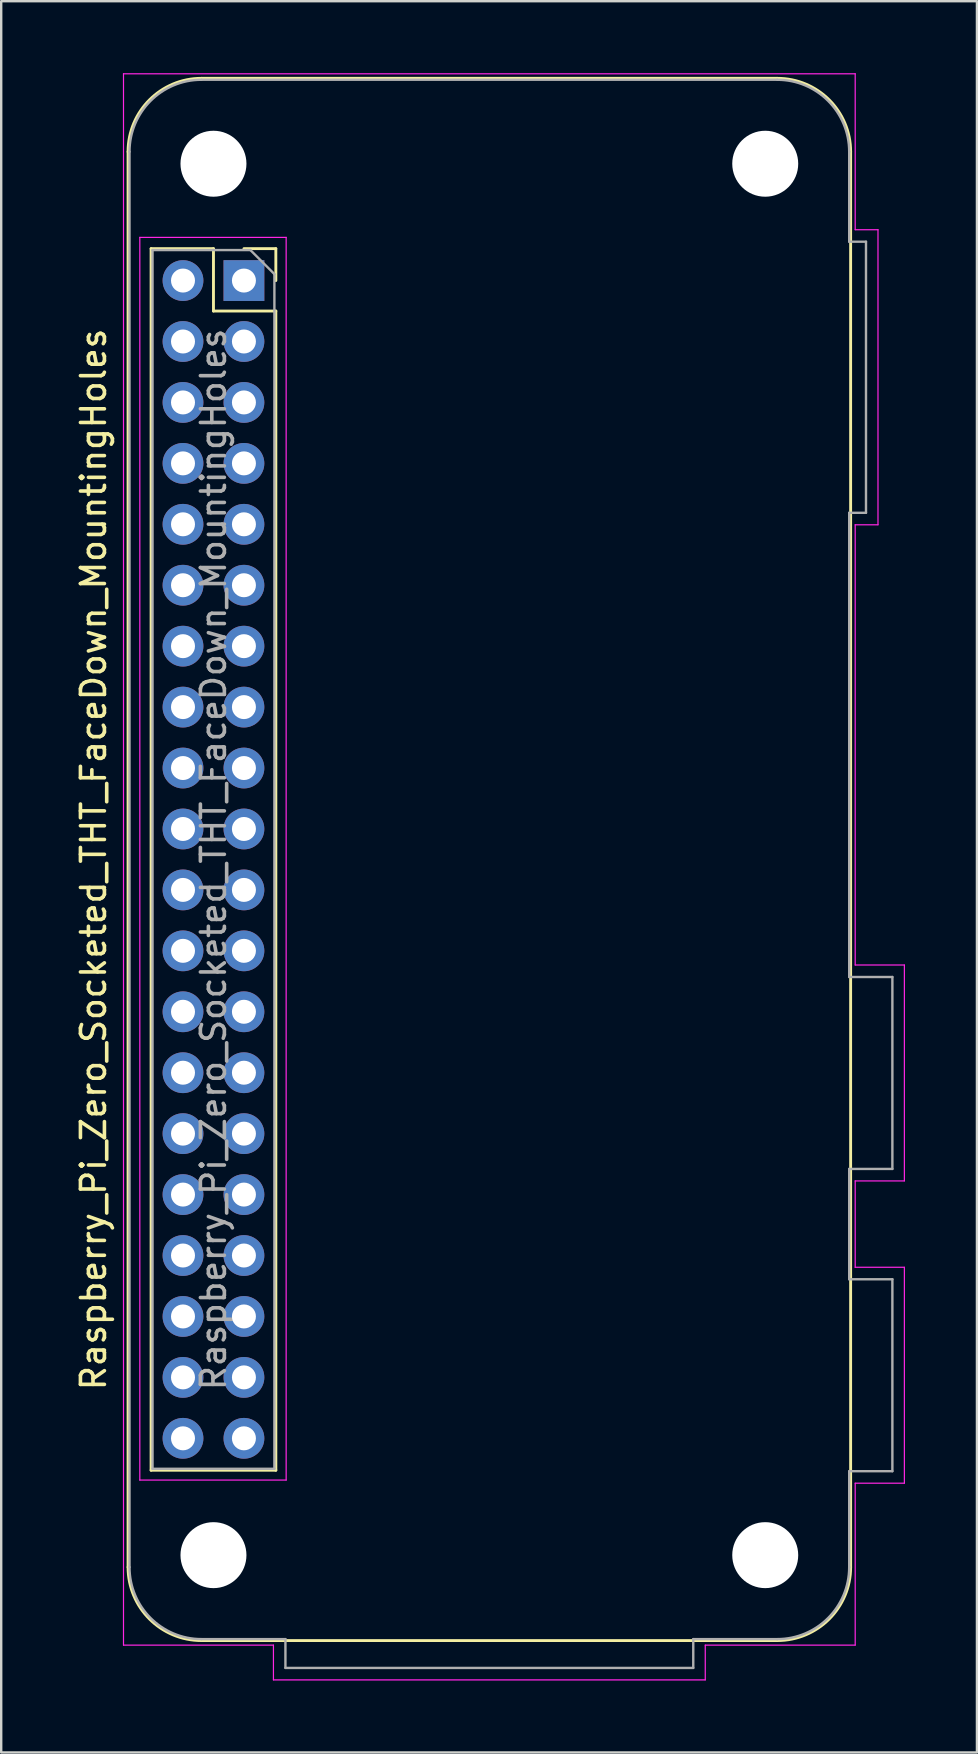
<source format=kicad_pcb>
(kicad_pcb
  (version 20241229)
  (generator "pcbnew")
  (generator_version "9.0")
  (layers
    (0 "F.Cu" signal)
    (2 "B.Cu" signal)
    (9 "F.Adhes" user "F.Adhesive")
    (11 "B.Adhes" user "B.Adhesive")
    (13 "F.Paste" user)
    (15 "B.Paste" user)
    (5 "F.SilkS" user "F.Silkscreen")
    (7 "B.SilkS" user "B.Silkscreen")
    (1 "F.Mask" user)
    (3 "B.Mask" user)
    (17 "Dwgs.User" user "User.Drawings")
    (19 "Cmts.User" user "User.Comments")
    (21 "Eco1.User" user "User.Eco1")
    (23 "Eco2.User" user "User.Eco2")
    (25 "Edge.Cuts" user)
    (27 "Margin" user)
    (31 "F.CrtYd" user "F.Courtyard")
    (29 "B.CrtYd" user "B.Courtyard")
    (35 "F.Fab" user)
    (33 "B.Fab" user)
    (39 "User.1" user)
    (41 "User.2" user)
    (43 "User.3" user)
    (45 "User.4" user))
  (footprint "Raspberry_Pi_Zero_Socketed_THT_FaceDown_MountingHoles"
    (layer "F.Cu")
    (at 18.548 32.775)
    (property "Reference" "Raspberry_Pi_Zero_Socketed_THT_FaceDown_MountingHoles" (at -17.7 0 90) (layer "F.SilkS") (effects (font (size 1 1) (thickness 0.15))))
    (attr through_hole)
    (fp_line (start -16.26 29.5) (end -16.26 -29.5) (stroke (width 0.12) (type solid)) (layer "F.SilkS"))
    (fp_line (start -15.3 -25.46) (end -15.3 25.46) (stroke (width 0.12) (type solid)) (layer "F.SilkS"))
    (fp_line (start -15.3 -25.46) (end -12.7 -25.46) (stroke (width 0.12) (type solid)) (layer "F.SilkS"))
    (fp_line (start -15.3 25.46) (end -10.1 25.46) (stroke (width 0.12) (type solid)) (layer "F.SilkS"))
    (fp_line (start -13.2 -32.56) (end 10.8 -32.56) (stroke (width 0.12) (type solid)) (layer "F.SilkS"))
    (fp_line (start -12.7 -25.46) (end -12.7 -22.86) (stroke (width 0.12) (type solid)) (layer "F.SilkS"))
    (fp_line (start -12.7 -22.86) (end -10.1 -22.86) (stroke (width 0.12) (type solid)) (layer "F.SilkS"))
    (fp_line (start -11.43 -25.46) (end -10.1 -25.46) (stroke (width 0.12) (type solid)) (layer "F.SilkS"))
    (fp_line (start -10.1 -25.46) (end -10.1 -24.13) (stroke (width 0.12) (type solid)) (layer "F.SilkS"))
    (fp_line (start -10.1 -22.86) (end -10.1 25.46) (stroke (width 0.12) (type solid)) (layer "F.SilkS"))
    (fp_line (start 10.8 32.56) (end -13.2 32.56) (stroke (width 0.12) (type solid)) (layer "F.SilkS"))
    (fp_line (start 13.86 29.5) (end 13.86 -29.5) (stroke (width 0.12) (type solid)) (layer "F.SilkS"))
    (fp_arc (start -16.26 -29.5) (mid -15.363747 -31.663747) (end -13.2 -32.56) (stroke (width 0.12) (type solid)) (layer "F.SilkS"))
    (fp_arc (start -13.2 32.56) (mid -15.363747 31.663747) (end -16.26 29.5) (stroke (width 0.12) (type solid)) (layer "F.SilkS"))
    (fp_arc (start 10.8 -32.56) (mid 12.963747 -31.663747) (end 13.86 -29.5) (stroke (width 0.12) (type solid)) (layer "F.SilkS"))
    (fp_arc (start 13.86 29.5) (mid 12.963747 31.663747) (end 10.8 32.56) (stroke (width 0.12) (type solid)) (layer "F.SilkS"))
    (fp_line (start -16.45 -32.75) (end 14.05 -32.75) (stroke (width 0.05) (type solid)) (layer "F.CrtYd"))
    (fp_line (start -16.45 32.75) (end -16.45 -32.75) (stroke (width 0.05) (type solid)) (layer "F.CrtYd"))
    (fp_line (start -16.45 32.75) (end -10.2 32.75) (stroke (width 0.05) (type solid)) (layer "F.CrtYd"))
    (fp_line (start -15.77 -25.93) (end -9.67 -25.93) (stroke (width 0.05) (type solid)) (layer "F.CrtYd"))
    (fp_line (start -15.77 25.87) (end -15.77 -25.93) (stroke (width 0.05) (type solid)) (layer "F.CrtYd"))
    (fp_line (start -10.2 34.2) (end -10.2 32.75) (stroke (width 0.05) (type solid)) (layer "F.CrtYd"))
    (fp_line (start -9.67 -25.93) (end -9.67 25.87) (stroke (width 0.05) (type solid)) (layer "F.CrtYd"))
    (fp_line (start -9.67 25.87) (end -15.77 25.87) (stroke (width 0.05) (type solid)) (layer "F.CrtYd"))
    (fp_line (start 7.8 32.75) (end 14.05 32.75) (stroke (width 0.05) (type solid)) (layer "F.CrtYd"))
    (fp_line (start 7.8 34.2) (end -10.2 34.2) (stroke (width 0.05) (type solid)) (layer "F.CrtYd"))
    (fp_line (start 7.8 34.2) (end 7.8 32.75) (stroke (width 0.05) (type solid)) (layer "F.CrtYd"))
    (fp_line (start 14.05 -26.25) (end 14.05 -32.75) (stroke (width 0.05) (type solid)) (layer "F.CrtYd"))
    (fp_line (start 14.05 4.4) (end 14.05 -13.95) (stroke (width 0.05) (type solid)) (layer "F.CrtYd"))
    (fp_line (start 14.05 13.4) (end 14.05 17) (stroke (width 0.05) (type solid)) (layer "F.CrtYd"))
    (fp_line (start 14.05 26) (end 14.05 32.75) (stroke (width 0.05) (type solid)) (layer "F.CrtYd"))
    (fp_line (start 15 -26.25) (end 14.05 -26.25) (stroke (width 0.05) (type solid)) (layer "F.CrtYd"))
    (fp_line (start 15 -26.25) (end 15 -13.95) (stroke (width 0.05) (type solid)) (layer "F.CrtYd"))
    (fp_line (start 15 -13.95) (end 14.05 -13.95) (stroke (width 0.05) (type solid)) (layer "F.CrtYd"))
    (fp_line (start 16.1 4.4) (end 14.05 4.4) (stroke (width 0.05) (type solid)) (layer "F.CrtYd"))
    (fp_line (start 16.1 13.4) (end 14.05 13.4) (stroke (width 0.05) (type solid)) (layer "F.CrtYd"))
    (fp_line (start 16.1 13.4) (end 16.1 4.4) (stroke (width 0.05) (type solid)) (layer "F.CrtYd"))
    (fp_line (start 16.1 17) (end 14.05 17) (stroke (width 0.05) (type solid)) (layer "F.CrtYd"))
    (fp_line (start 16.1 26) (end 14.05 26) (stroke (width 0.05) (type solid)) (layer "F.CrtYd"))
    (fp_line (start 16.1 26) (end 16.1 17) (stroke (width 0.05) (type solid)) (layer "F.CrtYd"))
    (fp_line (start -16.2 29.5) (end -16.2 -29.5) (stroke (width 0.1) (type solid)) (layer "F.Fab"))
    (fp_line (start -15.24 -25.4) (end -11.16 -25.4) (stroke (width 0.1) (type solid)) (layer "F.Fab"))
    (fp_line (start -15.24 25.4) (end -15.24 -25.4) (stroke (width 0.1) (type solid)) (layer "F.Fab"))
    (fp_line (start -13.2 -32.5) (end 10.8 -32.5) (stroke (width 0.1) (type solid)) (layer "F.Fab"))
    (fp_line (start -13.2 32.5) (end -9.7 32.5) (stroke (width 0.1) (type solid)) (layer "F.Fab"))
    (fp_line (start -11.16 -25.4) (end -10.16 -24.4) (stroke (width 0.1) (type solid)) (layer "F.Fab"))
    (fp_line (start -10.16 -24.4) (end -10.16 25.4) (stroke (width 0.1) (type solid)) (layer "F.Fab"))
    (fp_line (start -10.16 25.4) (end -15.24 25.4) (stroke (width 0.1) (type solid)) (layer "F.Fab"))
    (fp_line (start -9.7 32.5) (end -9.7 33.7) (stroke (width 0.1) (type solid)) (layer "F.Fab"))
    (fp_line (start -9.7 33.7) (end 7.3 33.7) (stroke (width 0.1) (type solid)) (layer "F.Fab"))
    (fp_line (start 7.3 32.5) (end 7.3 33.7) (stroke (width 0.1) (type solid)) (layer "F.Fab"))
    (fp_line (start 10.8 32.5) (end 7.3 32.5) (stroke (width 0.1) (type solid)) (layer "F.Fab"))
    (fp_line (start 13.8 -25.75) (end 13.8 -29.5) (stroke (width 0.1) (type solid)) (layer "F.Fab"))
    (fp_line (start 13.8 -25.75) (end 14.5 -25.75) (stroke (width 0.1) (type solid)) (layer "F.Fab"))
    (fp_line (start 13.8 -14.45) (end 14.5 -14.45) (stroke (width 0.1) (type solid)) (layer "F.Fab"))
    (fp_line (start 13.8 4.9) (end 13.8 -14.45) (stroke (width 0.1) (type solid)) (layer "F.Fab"))
    (fp_line (start 13.8 12.9) (end 15.6 12.9) (stroke (width 0.1) (type solid)) (layer "F.Fab"))
    (fp_line (start 13.8 17.5) (end 13.8 12.9) (stroke (width 0.1) (type solid)) (layer "F.Fab"))
    (fp_line (start 13.8 25.5) (end 13.8 29.5) (stroke (width 0.1) (type solid)) (layer "F.Fab"))
    (fp_line (start 13.8 25.5) (end 15.6 25.5) (stroke (width 0.1) (type solid)) (layer "F.Fab"))
    (fp_line (start 14.5 -14.45) (end 14.5 -25.75) (stroke (width 0.1) (type solid)) (layer "F.Fab"))
    (fp_line (start 15.6 4.9) (end 13.8 4.9) (stroke (width 0.1) (type solid)) (layer "F.Fab"))
    (fp_line (start 15.6 12.9) (end 15.6 4.9) (stroke (width 0.1) (type solid)) (layer "F.Fab"))
    (fp_line (start 15.6 17.5) (end 13.8 17.5) (stroke (width 0.1) (type solid)) (layer "F.Fab"))
    (fp_line (start 15.6 25.5) (end 15.6 17.5) (stroke (width 0.1) (type solid)) (layer "F.Fab"))
    (fp_arc (start -16.2 -29.5) (mid -15.32132 -31.62132) (end -13.2 -32.5) (stroke (width 0.1) (type solid)) (layer "F.Fab"))
    (fp_arc (start -13.2 32.5) (mid -15.32132 31.62132) (end -16.2 29.5) (stroke (width 0.1) (type solid)) (layer "F.Fab"))
    (fp_arc (start 10.8 -32.5) (mid 12.92132 -31.62132) (end 13.8 -29.5) (stroke (width 0.1) (type solid)) (layer "F.Fab"))
    (fp_arc (start 13.8 29.5) (mid 12.92132 31.62132) (end 10.8 32.5) (stroke (width 0.1) (type solid)) (layer "F.Fab"))
    (fp_text user "${REFERENCE}" (at -12.7 0 90) (layer "F.Fab") (effects (font (size 1 1) (thickness 0.15))))
    (pad "" np_thru_hole circle (at -12.7 -29 90) (size 2.75 2.75) (drill 2.75) (layers "*.Cu" "*.Mask"))
    (pad "" np_thru_hole circle (at -12.7 29 90) (size 2.75 2.75) (drill 2.75) (layers "*.Cu" "*.Mask"))
    (pad "" np_thru_hole circle (at 10.3 -29 90) (size 2.75 2.75) (drill 2.75) (layers "*.Cu" "*.Mask"))
    (pad "" np_thru_hole circle (at 10.3 29 90) (size 2.75 2.75) (drill 2.75) (layers "*.Cu" "*.Mask"))
    (pad "1" thru_hole rect (at -11.43 -24.13) (size 1.7 1.7) (drill 1) (layers "*.Cu" "*.Mask"))
    (pad "2" thru_hole oval (at -13.97 -24.13) (size 1.7 1.7) (drill 1) (layers "*.Cu" "*.Mask"))
    (pad "3" thru_hole oval (at -11.43 -21.59) (size 1.7 1.7) (drill 1) (layers "*.Cu" "*.Mask"))
    (pad "4" thru_hole oval (at -13.97 -21.59) (size 1.7 1.7) (drill 1) (layers "*.Cu" "*.Mask"))
    (pad "5" thru_hole oval (at -11.43 -19.05) (size 1.7 1.7) (drill 1) (layers "*.Cu" "*.Mask"))
    (pad "6" thru_hole oval (at -13.97 -19.05) (size 1.7 1.7) (drill 1) (layers "*.Cu" "*.Mask"))
    (pad "7" thru_hole oval (at -11.43 -16.51) (size 1.7 1.7) (drill 1) (layers "*.Cu" "*.Mask"))
    (pad "8" thru_hole oval (at -13.97 -16.51) (size 1.7 1.7) (drill 1) (layers "*.Cu" "*.Mask"))
    (pad "9" thru_hole oval (at -11.43 -13.97) (size 1.7 1.7) (drill 1) (layers "*.Cu" "*.Mask"))
    (pad "10" thru_hole oval (at -13.97 -13.97) (size 1.7 1.7) (drill 1) (layers "*.Cu" "*.Mask"))
    (pad "11" thru_hole oval (at -11.43 -11.43) (size 1.7 1.7) (drill 1) (layers "*.Cu" "*.Mask"))
    (pad "12" thru_hole oval (at -13.97 -11.43) (size 1.7 1.7) (drill 1) (layers "*.Cu" "*.Mask"))
    (pad "13" thru_hole oval (at -11.43 -8.89) (size 1.7 1.7) (drill 1) (layers "*.Cu" "*.Mask"))
    (pad "14" thru_hole oval (at -13.97 -8.89) (size 1.7 1.7) (drill 1) (layers "*.Cu" "*.Mask"))
    (pad "15" thru_hole oval (at -11.43 -6.35) (size 1.7 1.7) (drill 1) (layers "*.Cu" "*.Mask"))
    (pad "16" thru_hole oval (at -13.97 -6.35) (size 1.7 1.7) (drill 1) (layers "*.Cu" "*.Mask"))
    (pad "17" thru_hole oval (at -11.43 -3.81) (size 1.7 1.7) (drill 1) (layers "*.Cu" "*.Mask"))
    (pad "18" thru_hole oval (at -13.97 -3.81) (size 1.7 1.7) (drill 1) (layers "*.Cu" "*.Mask"))
    (pad "19" thru_hole oval (at -11.43 -1.27) (size 1.7 1.7) (drill 1) (layers "*.Cu" "*.Mask"))
    (pad "20" thru_hole oval (at -13.97 -1.27) (size 1.7 1.7) (drill 1) (layers "*.Cu" "*.Mask"))
    (pad "21" thru_hole oval (at -11.43 1.27) (size 1.7 1.7) (drill 1) (layers "*.Cu" "*.Mask"))
    (pad "22" thru_hole oval (at -13.97 1.27) (size 1.7 1.7) (drill 1) (layers "*.Cu" "*.Mask"))
    (pad "23" thru_hole oval (at -11.43 3.81) (size 1.7 1.7) (drill 1) (layers "*.Cu" "*.Mask"))
    (pad "24" thru_hole oval (at -13.97 3.81) (size 1.7 1.7) (drill 1) (layers "*.Cu" "*.Mask"))
    (pad "25" thru_hole oval (at -11.43 6.35) (size 1.7 1.7) (drill 1) (layers "*.Cu" "*.Mask"))
    (pad "26" thru_hole oval (at -13.97 6.35) (size 1.7 1.7) (drill 1) (layers "*.Cu" "*.Mask"))
    (pad "27" thru_hole oval (at -11.43 8.89) (size 1.7 1.7) (drill 1) (layers "*.Cu" "*.Mask"))
    (pad "28" thru_hole oval (at -13.97 8.89) (size 1.7 1.7) (drill 1) (layers "*.Cu" "*.Mask"))
    (pad "29" thru_hole oval (at -11.43 11.43) (size 1.7 1.7) (drill 1) (layers "*.Cu" "*.Mask"))
    (pad "30" thru_hole oval (at -13.97 11.43) (size 1.7 1.7) (drill 1) (layers "*.Cu" "*.Mask"))
    (pad "31" thru_hole oval (at -11.43 13.97) (size 1.7 1.7) (drill 1) (layers "*.Cu" "*.Mask"))
    (pad "32" thru_hole oval (at -13.97 13.97) (size 1.7 1.7) (drill 1) (layers "*.Cu" "*.Mask"))
    (pad "33" thru_hole oval (at -11.43 16.51) (size 1.7 1.7) (drill 1) (layers "*.Cu" "*.Mask"))
    (pad "34" thru_hole oval (at -13.97 16.51) (size 1.7 1.7) (drill 1) (layers "*.Cu" "*.Mask"))
    (pad "35" thru_hole oval (at -11.43 19.05) (size 1.7 1.7) (drill 1) (layers "*.Cu" "*.Mask"))
    (pad "36" thru_hole oval (at -13.97 19.05) (size 1.7 1.7) (drill 1) (layers "*.Cu" "*.Mask"))
    (pad "37" thru_hole oval (at -11.43 21.59) (size 1.7 1.7) (drill 1) (layers "*.Cu" "*.Mask"))
    (pad "38" thru_hole oval (at -13.97 21.59) (size 1.7 1.7) (drill 1) (layers "*.Cu" "*.Mask"))
    (pad "39" thru_hole oval (at -11.43 24.13) (size 1.7 1.7) (drill 1) (layers "*.Cu" "*.Mask"))
    (pad "40" thru_hole oval (at -13.97 24.13) (size 1.7 1.7) (drill 1) (layers "*.Cu" "*.Mask")))
  (gr_rect
    (start -3 -3)
    (end 37.673 70)
    (stroke (width 0.1) (type default))
    (fill no)
    (layer "Edge.Cuts")))
</source>
